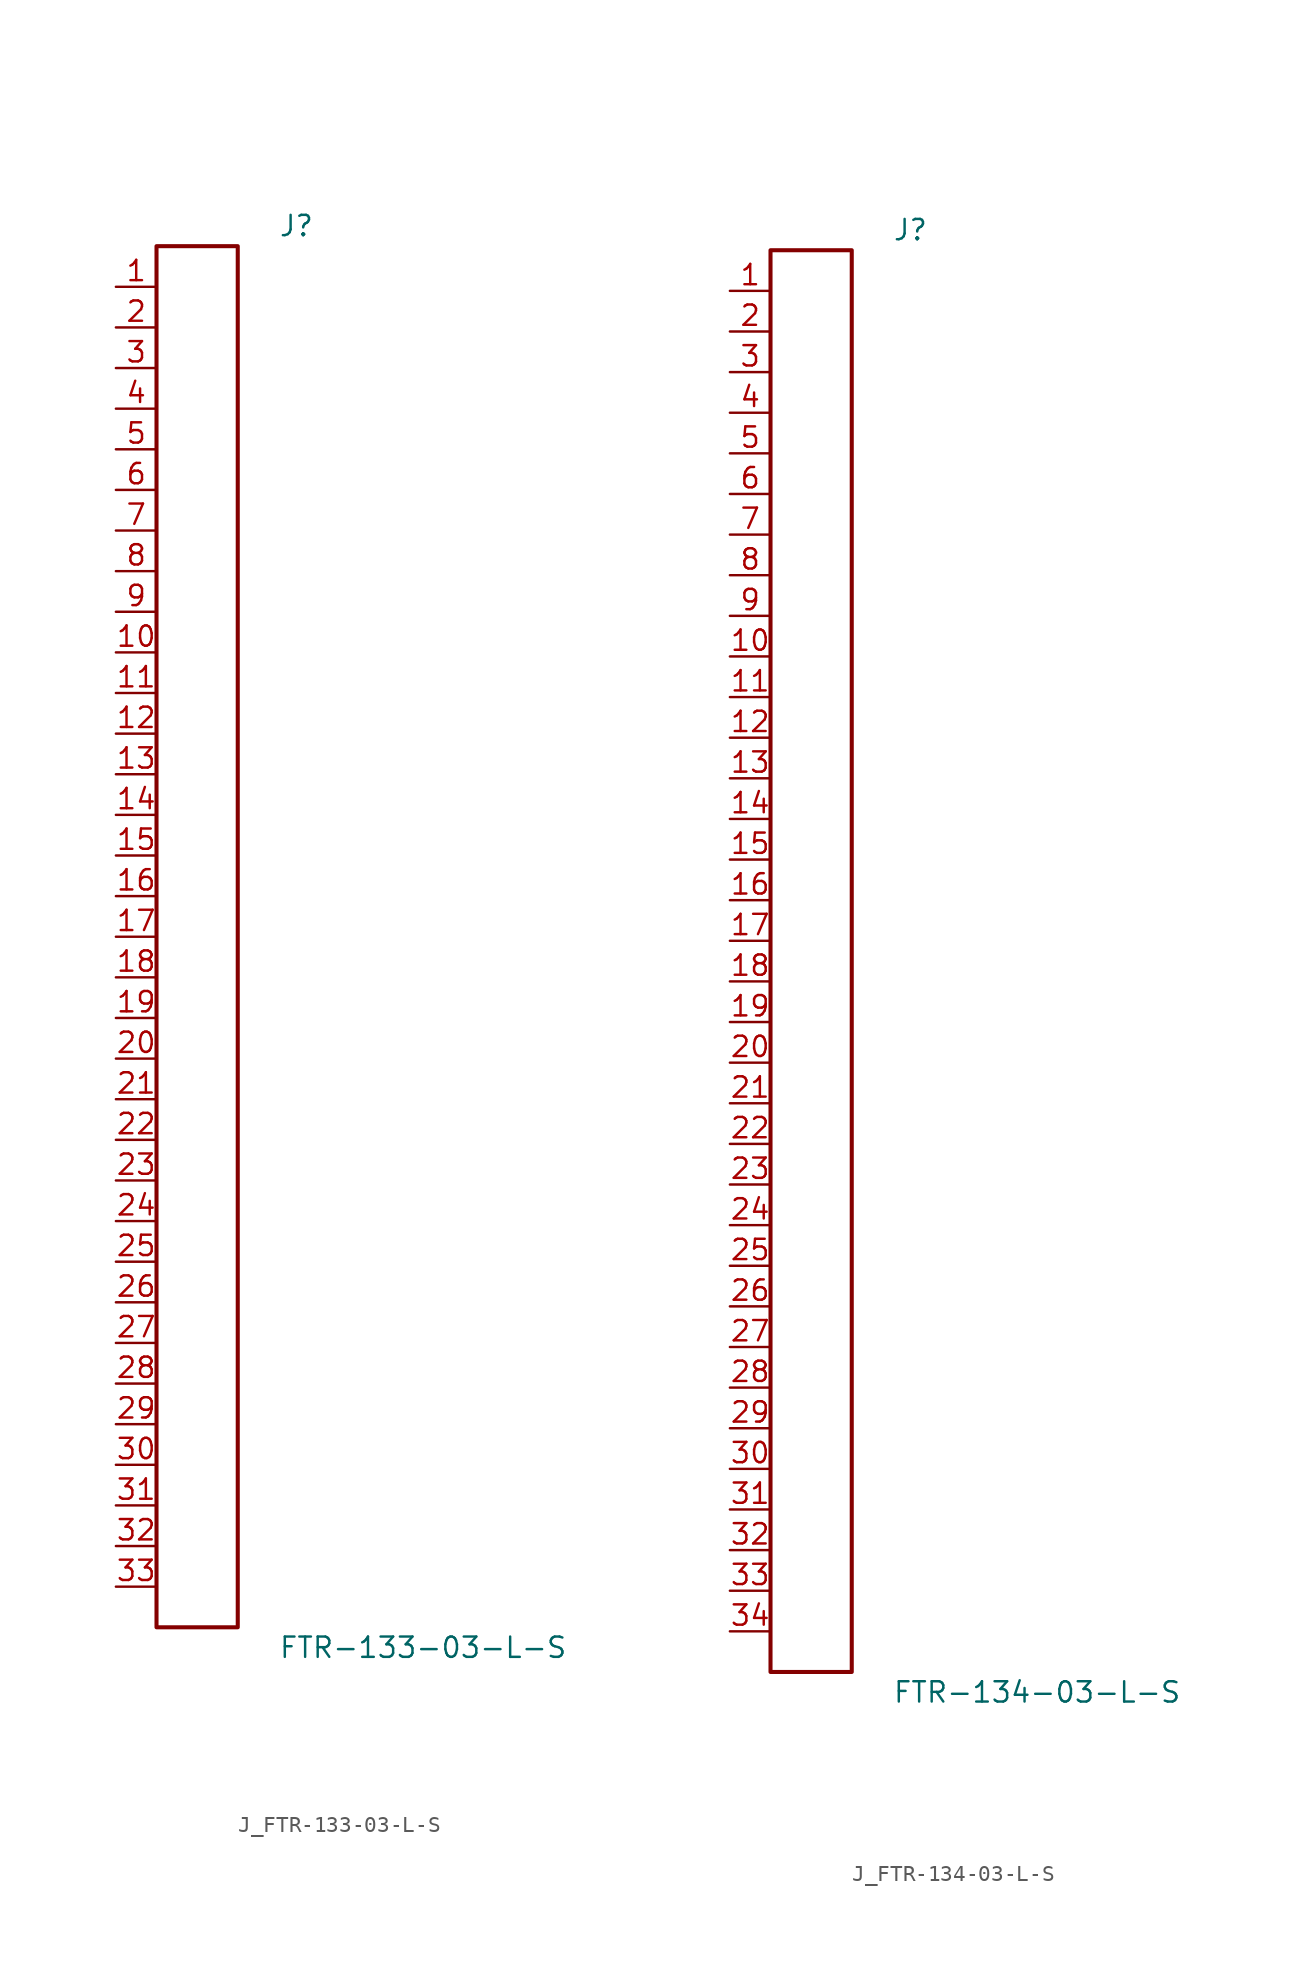
<source format=kicad_sym>
(kicad_symbol_lib
  (version 20231120)
  (generator kicad_symbol_editor)
  (generator_version 8.0)
  (symbol "J_FTR-133-03-L-S"
    (pin_names
      (offset 0.254))
    (property "Reference" "J"
      (at 5.08 44.45 0)
      (effects (font (size 1.27 1.27)) (justify left)))
    (property "Value" "FTR-133-03-L-S"
      (at 5.08 -44.45 0)
      (effects (font (size 1.27 1.27)) (justify left)))
    (symbol "J_FTR-133-03-L-S_0_0"
      (pin unspecified line (at -5.08 40.64 0) (length 2.54) (name "" (effects (font (size 1.27 1.27)))) (number "1" (effects (font (size 1.27 1.27)))))
      (pin unspecified line (at -5.08 38.1 0) (length 2.54) (name "" (effects (font (size 1.27 1.27)))) (number "2" (effects (font (size 1.27 1.27)))))
      (pin unspecified line (at -5.08 35.56 0) (length 2.54) (name "" (effects (font (size 1.27 1.27)))) (number "3" (effects (font (size 1.27 1.27)))))
      (pin unspecified line (at -5.08 33.02 0) (length 2.54) (name "" (effects (font (size 1.27 1.27)))) (number "4" (effects (font (size 1.27 1.27)))))
      (pin unspecified line (at -5.08 30.48 0) (length 2.54) (name "" (effects (font (size 1.27 1.27)))) (number "5" (effects (font (size 1.27 1.27)))))
      (pin unspecified line (at -5.08 27.94 0) (length 2.54) (name "" (effects (font (size 1.27 1.27)))) (number "6" (effects (font (size 1.27 1.27)))))
      (pin unspecified line (at -5.08 25.4 0) (length 2.54) (name "" (effects (font (size 1.27 1.27)))) (number "7" (effects (font (size 1.27 1.27)))))
      (pin unspecified line (at -5.08 22.86 0) (length 2.54) (name "" (effects (font (size 1.27 1.27)))) (number "8" (effects (font (size 1.27 1.27)))))
      (pin unspecified line (at -5.08 20.32 0) (length 2.54) (name "" (effects (font (size 1.27 1.27)))) (number "9" (effects (font (size 1.27 1.27)))))
      (pin unspecified line (at -5.08 17.78 0) (length 2.54) (name "" (effects (font (size 1.27 1.27)))) (number "10" (effects (font (size 1.27 1.27)))))
      (pin unspecified line (at -5.08 15.24 0) (length 2.54) (name "" (effects (font (size 1.27 1.27)))) (number "11" (effects (font (size 1.27 1.27)))))
      (pin unspecified line (at -5.08 12.7 0) (length 2.54) (name "" (effects (font (size 1.27 1.27)))) (number "12" (effects (font (size 1.27 1.27)))))
      (pin unspecified line (at -5.08 10.16 0) (length 2.54) (name "" (effects (font (size 1.27 1.27)))) (number "13" (effects (font (size 1.27 1.27)))))
      (pin unspecified line (at -5.08 7.62 0) (length 2.54) (name "" (effects (font (size 1.27 1.27)))) (number "14" (effects (font (size 1.27 1.27)))))
      (pin unspecified line (at -5.08 5.08 0) (length 2.54) (name "" (effects (font (size 1.27 1.27)))) (number "15" (effects (font (size 1.27 1.27)))))
      (pin unspecified line (at -5.08 2.54 0) (length 2.54) (name "" (effects (font (size 1.27 1.27)))) (number "16" (effects (font (size 1.27 1.27)))))
      (pin unspecified line (at -5.08 0.0 0) (length 2.54) (name "" (effects (font (size 1.27 1.27)))) (number "17" (effects (font (size 1.27 1.27)))))
      (pin unspecified line (at -5.08 -2.54 0) (length 2.54) (name "" (effects (font (size 1.27 1.27)))) (number "18" (effects (font (size 1.27 1.27)))))
      (pin unspecified line (at -5.08 -5.08 0) (length 2.54) (name "" (effects (font (size 1.27 1.27)))) (number "19" (effects (font (size 1.27 1.27)))))
      (pin unspecified line (at -5.08 -7.62 0) (length 2.54) (name "" (effects (font (size 1.27 1.27)))) (number "20" (effects (font (size 1.27 1.27)))))
      (pin unspecified line (at -5.08 -10.16 0) (length 2.54) (name "" (effects (font (size 1.27 1.27)))) (number "21" (effects (font (size 1.27 1.27)))))
      (pin unspecified line (at -5.08 -12.7 0) (length 2.54) (name "" (effects (font (size 1.27 1.27)))) (number "22" (effects (font (size 1.27 1.27)))))
      (pin unspecified line (at -5.08 -15.24 0) (length 2.54) (name "" (effects (font (size 1.27 1.27)))) (number "23" (effects (font (size 1.27 1.27)))))
      (pin unspecified line (at -5.08 -17.78 0) (length 2.54) (name "" (effects (font (size 1.27 1.27)))) (number "24" (effects (font (size 1.27 1.27)))))
      (pin unspecified line (at -5.08 -20.32 0) (length 2.54) (name "" (effects (font (size 1.27 1.27)))) (number "25" (effects (font (size 1.27 1.27)))))
      (pin unspecified line (at -5.08 -22.86 0) (length 2.54) (name "" (effects (font (size 1.27 1.27)))) (number "26" (effects (font (size 1.27 1.27)))))
      (pin unspecified line (at -5.08 -25.4 0) (length 2.54) (name "" (effects (font (size 1.27 1.27)))) (number "27" (effects (font (size 1.27 1.27)))))
      (pin unspecified line (at -5.08 -27.94 0) (length 2.54) (name "" (effects (font (size 1.27 1.27)))) (number "28" (effects (font (size 1.27 1.27)))))
      (pin unspecified line (at -5.08 -30.48 0) (length 2.54) (name "" (effects (font (size 1.27 1.27)))) (number "29" (effects (font (size 1.27 1.27)))))
      (pin unspecified line (at -5.08 -33.02 0) (length 2.54) (name "" (effects (font (size 1.27 1.27)))) (number "30" (effects (font (size 1.27 1.27)))))
      (pin unspecified line (at -5.08 -35.56 0) (length 2.54) (name "" (effects (font (size 1.27 1.27)))) (number "31" (effects (font (size 1.27 1.27)))))
      (pin unspecified line (at -5.08 -38.1 0) (length 2.54) (name "" (effects (font (size 1.27 1.27)))) (number "32" (effects (font (size 1.27 1.27)))))
      (pin unspecified line (at -5.08 -40.64 0) (length 2.54) (name "" (effects (font (size 1.27 1.27)))) (number "33" (effects (font (size 1.27 1.27))))))
    (symbol "J_FTR-133-03-L-S_1_0"
      (rectangle (start -2.54 43.18) (end 2.54 -43.18) (stroke (width 0.254) (type solid)) (fill (type none)))))
  (symbol "J_FTR-134-03-L-S"
    (pin_names
      (offset 0.254))
    (property "Reference" "J"
      (at 5.08 45.72 0)
      (effects (font (size 1.27 1.27)) (justify left)))
    (property "Value" "FTR-134-03-L-S"
      (at 5.08 -45.72 0)
      (effects (font (size 1.27 1.27)) (justify left)))
    (symbol "J_FTR-134-03-L-S_0_0"
      (pin unspecified line (at -5.08 41.91 0) (length 2.54) (name "" (effects (font (size 1.27 1.27)))) (number "1" (effects (font (size 1.27 1.27)))))
      (pin unspecified line (at -5.08 39.37 0) (length 2.54) (name "" (effects (font (size 1.27 1.27)))) (number "2" (effects (font (size 1.27 1.27)))))
      (pin unspecified line (at -5.08 36.83 0) (length 2.54) (name "" (effects (font (size 1.27 1.27)))) (number "3" (effects (font (size 1.27 1.27)))))
      (pin unspecified line (at -5.08 34.29 0) (length 2.54) (name "" (effects (font (size 1.27 1.27)))) (number "4" (effects (font (size 1.27 1.27)))))
      (pin unspecified line (at -5.08 31.75 0) (length 2.54) (name "" (effects (font (size 1.27 1.27)))) (number "5" (effects (font (size 1.27 1.27)))))
      (pin unspecified line (at -5.08 29.21 0) (length 2.54) (name "" (effects (font (size 1.27 1.27)))) (number "6" (effects (font (size 1.27 1.27)))))
      (pin unspecified line (at -5.08 26.67 0) (length 2.54) (name "" (effects (font (size 1.27 1.27)))) (number "7" (effects (font (size 1.27 1.27)))))
      (pin unspecified line (at -5.08 24.13 0) (length 2.54) (name "" (effects (font (size 1.27 1.27)))) (number "8" (effects (font (size 1.27 1.27)))))
      (pin unspecified line (at -5.08 21.59 0) (length 2.54) (name "" (effects (font (size 1.27 1.27)))) (number "9" (effects (font (size 1.27 1.27)))))
      (pin unspecified line (at -5.08 19.05 0) (length 2.54) (name "" (effects (font (size 1.27 1.27)))) (number "10" (effects (font (size 1.27 1.27)))))
      (pin unspecified line (at -5.08 16.51 0) (length 2.54) (name "" (effects (font (size 1.27 1.27)))) (number "11" (effects (font (size 1.27 1.27)))))
      (pin unspecified line (at -5.08 13.97 0) (length 2.54) (name "" (effects (font (size 1.27 1.27)))) (number "12" (effects (font (size 1.27 1.27)))))
      (pin unspecified line (at -5.08 11.43 0) (length 2.54) (name "" (effects (font (size 1.27 1.27)))) (number "13" (effects (font (size 1.27 1.27)))))
      (pin unspecified line (at -5.08 8.89 0) (length 2.54) (name "" (effects (font (size 1.27 1.27)))) (number "14" (effects (font (size 1.27 1.27)))))
      (pin unspecified line (at -5.08 6.35 0) (length 2.54) (name "" (effects (font (size 1.27 1.27)))) (number "15" (effects (font (size 1.27 1.27)))))
      (pin unspecified line (at -5.08 3.81 0) (length 2.54) (name "" (effects (font (size 1.27 1.27)))) (number "16" (effects (font (size 1.27 1.27)))))
      (pin unspecified line (at -5.08 1.27 0) (length 2.54) (name "" (effects (font (size 1.27 1.27)))) (number "17" (effects (font (size 1.27 1.27)))))
      (pin unspecified line (at -5.08 -1.27 0) (length 2.54) (name "" (effects (font (size 1.27 1.27)))) (number "18" (effects (font (size 1.27 1.27)))))
      (pin unspecified line (at -5.08 -3.81 0) (length 2.54) (name "" (effects (font (size 1.27 1.27)))) (number "19" (effects (font (size 1.27 1.27)))))
      (pin unspecified line (at -5.08 -6.35 0) (length 2.54) (name "" (effects (font (size 1.27 1.27)))) (number "20" (effects (font (size 1.27 1.27)))))
      (pin unspecified line (at -5.08 -8.89 0) (length 2.54) (name "" (effects (font (size 1.27 1.27)))) (number "21" (effects (font (size 1.27 1.27)))))
      (pin unspecified line (at -5.08 -11.43 0) (length 2.54) (name "" (effects (font (size 1.27 1.27)))) (number "22" (effects (font (size 1.27 1.27)))))
      (pin unspecified line (at -5.08 -13.97 0) (length 2.54) (name "" (effects (font (size 1.27 1.27)))) (number "23" (effects (font (size 1.27 1.27)))))
      (pin unspecified line (at -5.08 -16.51 0) (length 2.54) (name "" (effects (font (size 1.27 1.27)))) (number "24" (effects (font (size 1.27 1.27)))))
      (pin unspecified line (at -5.08 -19.05 0) (length 2.54) (name "" (effects (font (size 1.27 1.27)))) (number "25" (effects (font (size 1.27 1.27)))))
      (pin unspecified line (at -5.08 -21.59 0) (length 2.54) (name "" (effects (font (size 1.27 1.27)))) (number "26" (effects (font (size 1.27 1.27)))))
      (pin unspecified line (at -5.08 -24.13 0) (length 2.54) (name "" (effects (font (size 1.27 1.27)))) (number "27" (effects (font (size 1.27 1.27)))))
      (pin unspecified line (at -5.08 -26.67 0) (length 2.54) (name "" (effects (font (size 1.27 1.27)))) (number "28" (effects (font (size 1.27 1.27)))))
      (pin unspecified line (at -5.08 -29.21 0) (length 2.54) (name "" (effects (font (size 1.27 1.27)))) (number "29" (effects (font (size 1.27 1.27)))))
      (pin unspecified line (at -5.08 -31.75 0) (length 2.54) (name "" (effects (font (size 1.27 1.27)))) (number "30" (effects (font (size 1.27 1.27)))))
      (pin unspecified line (at -5.08 -34.29 0) (length 2.54) (name "" (effects (font (size 1.27 1.27)))) (number "31" (effects (font (size 1.27 1.27)))))
      (pin unspecified line (at -5.08 -36.83 0) (length 2.54) (name "" (effects (font (size 1.27 1.27)))) (number "32" (effects (font (size 1.27 1.27)))))
      (pin unspecified line (at -5.08 -39.37 0) (length 2.54) (name "" (effects (font (size 1.27 1.27)))) (number "33" (effects (font (size 1.27 1.27)))))
      (pin unspecified line (at -5.08 -41.91 0) (length 2.54) (name "" (effects (font (size 1.27 1.27)))) (number "34" (effects (font (size 1.27 1.27))))))
    (symbol "J_FTR-134-03-L-S_1_0"
      (rectangle (start -2.54 44.45) (end 2.54 -44.45) (stroke (width 0.254) (type solid)) (fill (type none))))))
</source>
